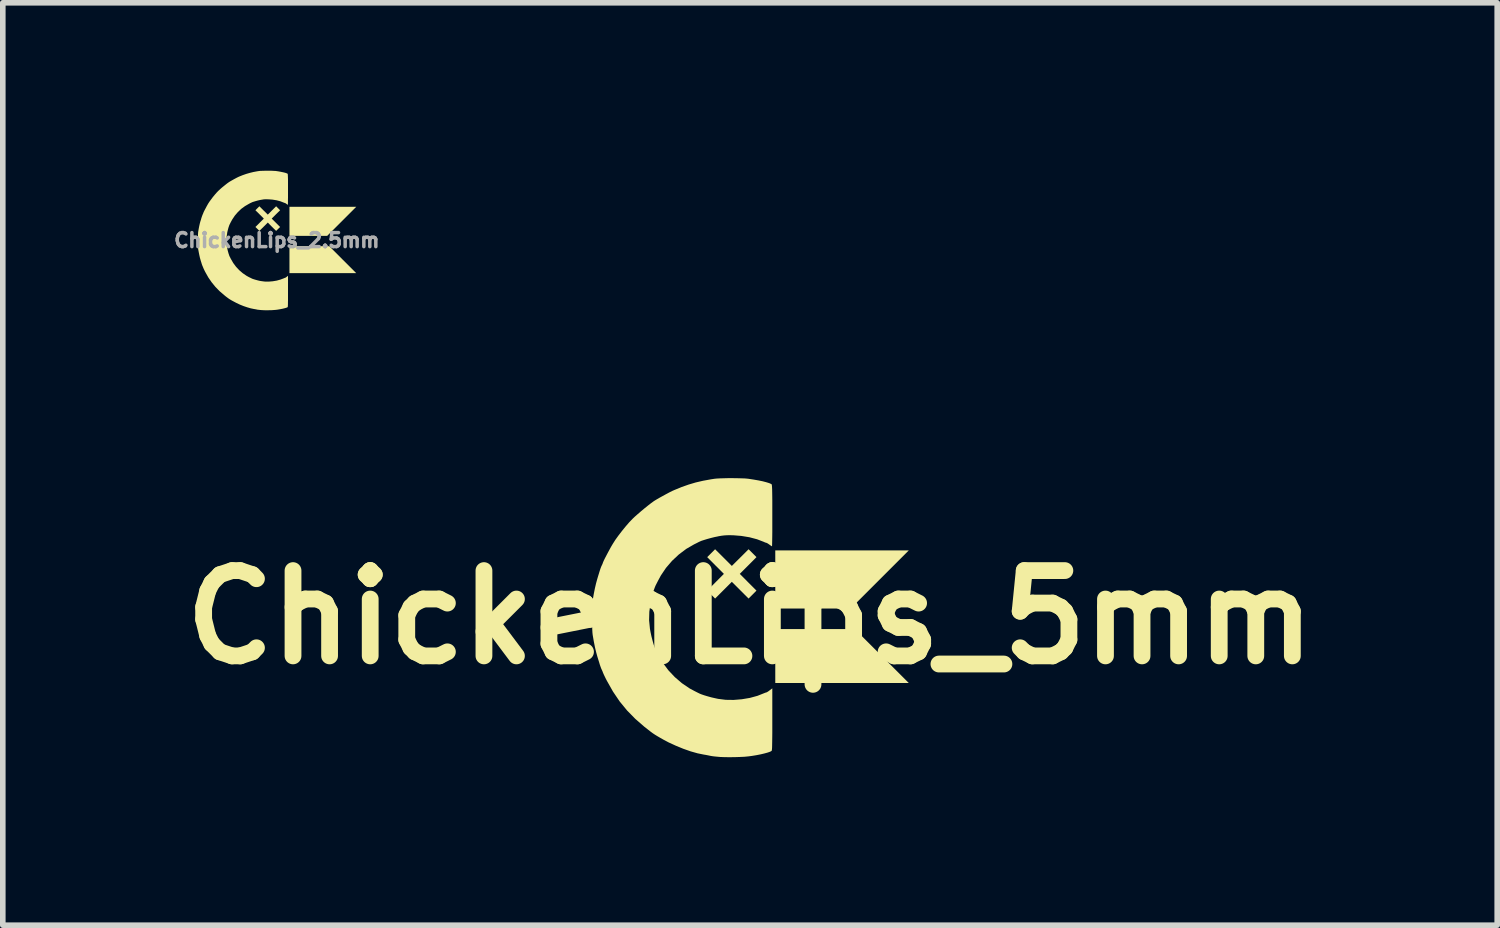
<source format=kicad_pcb>
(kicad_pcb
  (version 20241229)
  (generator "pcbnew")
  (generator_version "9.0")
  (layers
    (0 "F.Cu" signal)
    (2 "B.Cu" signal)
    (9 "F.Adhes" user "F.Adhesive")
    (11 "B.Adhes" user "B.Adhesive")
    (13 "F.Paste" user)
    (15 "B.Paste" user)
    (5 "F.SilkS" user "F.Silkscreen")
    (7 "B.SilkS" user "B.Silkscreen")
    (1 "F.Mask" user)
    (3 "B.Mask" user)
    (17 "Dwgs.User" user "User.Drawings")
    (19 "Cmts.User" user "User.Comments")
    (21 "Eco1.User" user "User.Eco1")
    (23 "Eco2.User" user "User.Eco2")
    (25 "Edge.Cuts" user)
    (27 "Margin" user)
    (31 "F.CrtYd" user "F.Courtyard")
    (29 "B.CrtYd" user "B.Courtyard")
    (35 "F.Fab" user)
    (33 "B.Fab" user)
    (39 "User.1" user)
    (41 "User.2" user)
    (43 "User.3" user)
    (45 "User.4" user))
  (footprint "ChickenLips_2.5mm"
    (layer "F.Cu")
    (at 1.896 1.243)
    (property "Reference" "ChickenLips_2.5mm" (at 0 0 0) (layer "F.Fab") (effects (font (size 0.25 0.25) (thickness 0.3))))
    (attr board_only exclude_from_pos_files exclude_from_bom)
    (fp_poly (pts (xy 1.158 -0.338) (xy 0.899 -0.079) (xy 0.225 -0.079) (xy 0.225 -0.598) (xy 1.418 -0.598)) (stroke (width 0) (type solid)) (fill yes) (layer "F.SilkS"))
    (fp_poly (pts (xy 1.177 0.346) (xy 1.418 0.587) (xy 0.225 0.587) (xy 0.225 0.105) (xy 0.936 0.105)) (stroke (width 0) (type solid)) (fill yes) (layer "F.SilkS"))
    (fp_poly (pts (xy 0.058 -0.537) (xy -0.017 -0.463) (xy -0.092 -0.388) (xy -0.017 -0.313) (xy 0.058 -0.238) (xy -0.013 -0.168) (xy -0.088 -0.242) (xy -0.162 -0.317) (xy -0.237 -0.242) (xy -0.312 -0.168) (xy -0.347 -0.203) (xy -0.383 -0.238) (xy -0.308 -0.313) (xy -0.233 -0.388) (xy -0.308 -0.463) (xy -0.383 -0.537) (xy -0.347 -0.573) (xy -0.312 -0.608) (xy -0.237 -0.533) (xy -0.162 -0.459) (xy -0.088 -0.533) (xy -0.013 -0.608)) (stroke (width 0) (type solid)) (fill yes) (layer "F.SilkS"))
    (fp_poly (pts (xy -0.117 -1.243) (xy -0.081 -1.242) (xy -0.049 -1.24) (xy -0.024 -1.239) (xy -0.016 -1.238) (xy 0.031 -1.231) (xy 0.074 -1.223) (xy 0.113 -1.215) (xy 0.146 -1.207) (xy 0.171 -1.199) (xy 0.189 -1.191) (xy 0.193 -1.188) (xy 0.194 -1.185) (xy 0.195 -1.177) (xy 0.196 -1.163) (xy 0.197 -1.144) (xy 0.198 -1.117) (xy 0.199 -1.083) (xy 0.199 -1.041) (xy 0.199 -0.99) (xy 0.199 -0.929) (xy 0.199 -0.909) (xy 0.199 -0.856) (xy 0.199 -0.807) (xy 0.199 -0.762) (xy 0.198 -0.722) (xy 0.198 -0.689) (xy 0.198 -0.662) (xy 0.197 -0.644) (xy 0.197 -0.635) (xy 0.197 -0.634) (xy 0.191 -0.637) (xy 0.18 -0.644) (xy 0.172 -0.65) (xy 0.159 -0.659) (xy 0.149 -0.665) (xy 0.145 -0.666) (xy 0.138 -0.668) (xy 0.125 -0.673) (xy 0.124 -0.673) (xy 0.063 -0.697) (xy -0.005 -0.715) (xy -0.078 -0.727) (xy -0.146 -0.732) (xy -0.18 -0.733) (xy -0.207 -0.733) (xy -0.231 -0.732) (xy -0.255 -0.728) (xy -0.284 -0.723) (xy -0.285 -0.723) (xy -0.315 -0.717) (xy -0.348 -0.709) (xy -0.38 -0.7) (xy -0.41 -0.691) (xy -0.435 -0.683) (xy -0.45 -0.676) (xy -0.459 -0.672) (xy -0.474 -0.665) (xy -0.492 -0.655) (xy -0.498 -0.652) (xy -0.569 -0.611) (xy -0.636 -0.562) (xy -0.697 -0.504) (xy -0.751 -0.441) (xy -0.797 -0.372) (xy -0.82 -0.33) (xy -0.83 -0.311) (xy -0.838 -0.294) (xy -0.844 -0.283) (xy -0.845 -0.281) (xy -0.852 -0.264) (xy -0.861 -0.238) (xy -0.87 -0.207) (xy -0.879 -0.172) (xy -0.887 -0.137) (xy -0.888 -0.128) (xy -0.9 -0.05) (xy -0.901 0.026) (xy -0.894 0.103) (xy -0.888 0.133) (xy -0.881 0.169) (xy -0.872 0.204) (xy -0.863 0.236) (xy -0.854 0.263) (xy -0.847 0.283) (xy -0.845 0.286) (xy -0.84 0.296) (xy -0.832 0.311) (xy -0.823 0.33) (xy -0.82 0.335) (xy -0.779 0.406) (xy -0.729 0.473) (xy -0.672 0.534) (xy -0.609 0.588) (xy -0.54 0.635) (xy -0.498 0.658) (xy -0.479 0.667) (xy -0.462 0.675) (xy -0.452 0.681) (xy -0.45 0.681) (xy -0.433 0.689) (xy -0.408 0.697) (xy -0.378 0.706) (xy -0.345 0.715) (xy -0.313 0.723) (xy -0.285 0.728) (xy -0.218 0.737) (xy -0.146 0.738) (xy -0.074 0.732) (xy -0.002 0.72) (xy 0.066 0.701) (xy 0.124 0.679) (xy 0.137 0.673) (xy 0.145 0.671) (xy 0.146 0.671) (xy 0.153 0.668) (xy 0.165 0.66) (xy 0.175 0.653) (xy 0.199 0.634) (xy 0.199 0.911) (xy 0.199 0.975) (xy 0.199 1.03) (xy 0.199 1.075) (xy 0.198 1.112) (xy 0.198 1.141) (xy 0.197 1.162) (xy 0.196 1.178) (xy 0.195 1.188) (xy 0.193 1.193) (xy 0.193 1.194) (xy 0.18 1.201) (xy 0.158 1.208) (xy 0.129 1.216) (xy 0.095 1.224) (xy 0.057 1.231) (xy 0.017 1.238) (xy -0.013 1.242) (xy -0.048 1.245) (xy -0.09 1.248) (xy -0.137 1.249) (xy -0.183 1.25) (xy -0.228 1.249) (xy -0.266 1.247) (xy -0.267 1.247) (xy -0.294 1.245) (xy -0.321 1.242) (xy -0.342 1.24) (xy -0.356 1.237) (xy -0.375 1.233) (xy -0.398 1.229) (xy -0.411 1.227) (xy -0.468 1.215) (xy -0.53 1.197) (xy -0.595 1.175) (xy -0.662 1.148) (xy -0.727 1.117) (xy -0.774 1.092) (xy -0.804 1.076) (xy -0.828 1.062) (xy -0.849 1.049) (xy -0.868 1.036) (xy -0.888 1.021) (xy -0.912 1.003) (xy -0.941 0.979) (xy -0.943 0.978) (xy -1.025 0.907) (xy -1.098 0.832) (xy -1.164 0.751) (xy -1.224 0.664) (xy -1.278 0.568) (xy -1.287 0.551) (xy -1.298 0.528) (xy -1.307 0.509) (xy -1.313 0.496) (xy -1.316 0.489) (xy -1.316 0.489) (xy -1.318 0.482) (xy -1.323 0.47) (xy -1.324 0.469) (xy -1.33 0.455) (xy -1.337 0.436) (xy -1.342 0.422) (xy -1.348 0.401) (xy -1.356 0.376) (xy -1.364 0.35) (xy -1.365 0.346) (xy -1.375 0.31) (xy -1.385 0.265) (xy -1.395 0.215) (xy -1.405 0.16) (xy -1.405 0.157) (xy -1.407 0.139) (xy -1.409 0.113) (xy -1.41 0.08) (xy -1.41 0.043) (xy -1.411 0.004) (xy -1.41 -0.035) (xy -1.41 -0.072) (xy -1.409 -0.106) (xy -1.407 -0.132) (xy -1.406 -0.151) (xy -1.405 -0.152) (xy -1.396 -0.207) (xy -1.386 -0.258) (xy -1.376 -0.302) (xy -1.366 -0.339) (xy -1.365 -0.341) (xy -1.357 -0.366) (xy -1.35 -0.392) (xy -1.343 -0.414) (xy -1.342 -0.417) (xy -1.335 -0.436) (xy -1.328 -0.455) (xy -1.324 -0.464) (xy -1.318 -0.476) (xy -1.316 -0.483) (xy -1.316 -0.484) (xy -1.313 -0.491) (xy -1.307 -0.506) (xy -1.297 -0.526) (xy -1.284 -0.551) (xy -1.27 -0.577) (xy -1.256 -0.604) (xy -1.242 -0.629) (xy -1.229 -0.652) (xy -1.226 -0.657) (xy -1.203 -0.692) (xy -1.174 -0.731) (xy -1.143 -0.773) (xy -1.109 -0.814) (xy -1.077 -0.851) (xy -1.049 -0.881) (xy -1.029 -0.899) (xy -1.004 -0.922) (xy -0.975 -0.947) (xy -0.944 -0.972) (xy -0.914 -0.996) (xy -0.886 -1.018) (xy -0.863 -1.034) (xy -0.857 -1.039) (xy -0.837 -1.051) (xy -0.811 -1.066) (xy -0.781 -1.083) (xy -0.75 -1.1) (xy -0.72 -1.116) (xy -0.694 -1.129) (xy -0.677 -1.137) (xy -0.61 -1.164) (xy -0.547 -1.186) (xy -0.485 -1.204) (xy -0.42 -1.22) (xy -0.35 -1.233) (xy -0.317 -1.238) (xy -0.297 -1.24) (xy -0.269 -1.241) (xy -0.235 -1.242) (xy -0.197 -1.243) (xy -0.157 -1.243)) (stroke (width 0) (type solid)) (fill yes) (layer "F.SilkS")))
  (footprint "ChickenLips_5mm"
    (layer "F.Cu")
    (at 10.349 7.978)
    (property "Reference" "ChickenLips_5mm" (at 0 0 0) (layer "F.SilkS") (effects (font (size 1.524 1.524) (thickness 0.3))))
    (attr board_only exclude_from_pos_files exclude_from_bom)
    (fp_poly (pts (xy 1.798 -0.157) (xy 0.451 -0.157) (xy 0.451 -1.195) (xy 2.836 -1.195)) (stroke (width 0) (type solid)) (fill yes) (layer "F.SilkS"))
    (fp_poly (pts (xy 2.836 1.174) (xy 0.451 1.174) (xy 0.451 0.21) (xy 1.871 0.21)) (stroke (width 0) (type solid)) (fill yes) (layer "F.SilkS"))
    (fp_poly (pts (xy 0.115 -1.075) (xy -0.034 -0.925) (xy -0.183 -0.776) (xy -0.034 -0.626) (xy 0.115 -0.477) (xy 0.045 -0.406) (xy -0.026 -0.335) (xy -0.325 -0.634) (xy -0.624 -0.335) (xy -0.695 -0.406) (xy -0.765 -0.477) (xy -0.616 -0.626) (xy -0.467 -0.776) (xy -0.616 -0.925) (xy -0.765 -1.075) (xy -0.624 -1.216) (xy -0.474 -1.067) (xy -0.325 -0.918) (xy -0.175 -1.067) (xy -0.026 -1.216)) (stroke (width 0) (type solid)) (fill yes) (layer "F.SilkS"))
    (fp_poly (pts (xy -0.235 -2.485) (xy -0.161 -2.483) (xy -0.097 -2.481) (xy -0.048 -2.477) (xy -0.031 -2.475) (xy 0.061 -2.461) (xy 0.148 -2.446) (xy 0.226 -2.43) (xy 0.291 -2.413) (xy 0.343 -2.397) (xy 0.377 -2.382) (xy 0.385 -2.377) (xy 0.388 -2.37) (xy 0.391 -2.354) (xy 0.393 -2.326) (xy 0.395 -2.287) (xy 0.396 -2.234) (xy 0.397 -2.166) (xy 0.398 -2.081) (xy 0.398 -1.979) (xy 0.398 -1.858) (xy 0.398 -1.817) (xy 0.398 -1.712) (xy 0.398 -1.614) (xy 0.398 -1.524) (xy 0.397 -1.444) (xy 0.396 -1.377) (xy 0.395 -1.325) (xy 0.394 -1.288) (xy 0.393 -1.27) (xy 0.393 -1.268) (xy 0.382 -1.274) (xy 0.36 -1.288) (xy 0.344 -1.3) (xy 0.318 -1.318) (xy 0.297 -1.329) (xy 0.291 -1.331) (xy 0.275 -1.335) (xy 0.251 -1.345) (xy 0.248 -1.347) (xy 0.126 -1.394) (xy -0.01 -1.43) (xy -0.156 -1.454) (xy -0.292 -1.465) (xy -0.359 -1.467) (xy -0.414 -1.466) (xy -0.462 -1.463) (xy -0.511 -1.457) (xy -0.569 -1.447) (xy -0.57 -1.446) (xy -0.63 -1.434) (xy -0.695 -1.418) (xy -0.761 -1.4) (xy -0.82 -1.382) (xy -0.869 -1.366) (xy -0.901 -1.352) (xy -0.918 -1.344) (xy -0.947 -1.329) (xy -0.985 -1.31) (xy -0.996 -1.305) (xy -1.138 -1.223) (xy -1.271 -1.123) (xy -1.393 -1.009) (xy -1.502 -0.882) (xy -1.594 -0.745) (xy -1.64 -0.66) (xy -1.66 -0.621) (xy -1.677 -0.588) (xy -1.688 -0.566) (xy -1.69 -0.562) (xy -1.704 -0.527) (xy -1.722 -0.477) (xy -1.74 -0.414) (xy -1.757 -0.345) (xy -1.773 -0.273) (xy -1.777 -0.255) (xy -1.799 -0.1) (xy -1.803 0.052) (xy -1.788 0.206) (xy -1.777 0.266) (xy -1.762 0.337) (xy -1.744 0.407) (xy -1.726 0.472) (xy -1.709 0.526) (xy -1.693 0.566) (xy -1.69 0.573) (xy -1.68 0.591) (xy -1.665 0.622) (xy -1.646 0.66) (xy -1.64 0.671) (xy -1.558 0.813) (xy -1.459 0.946) (xy -1.344 1.068) (xy -1.217 1.177) (xy -1.08 1.27) (xy -0.996 1.315) (xy -0.957 1.335) (xy -0.925 1.351) (xy -0.904 1.361) (xy -0.901 1.363) (xy -0.866 1.377) (xy -0.816 1.394) (xy -0.756 1.412) (xy -0.691 1.43) (xy -0.625 1.445) (xy -0.57 1.457) (xy -0.435 1.474) (xy -0.293 1.476) (xy -0.147 1.464) (xy -0.004 1.44) (xy 0.132 1.403) (xy 0.248 1.357) (xy 0.273 1.347) (xy 0.291 1.342) (xy 0.292 1.342) (xy 0.305 1.336) (xy 0.329 1.321) (xy 0.35 1.305) (xy 0.398 1.269) (xy 0.398 1.823) (xy 0.398 1.951) (xy 0.398 2.059) (xy 0.397 2.15) (xy 0.396 2.223) (xy 0.395 2.281) (xy 0.394 2.325) (xy 0.392 2.356) (xy 0.389 2.376) (xy 0.386 2.386) (xy 0.385 2.387) (xy 0.359 2.401) (xy 0.316 2.416) (xy 0.258 2.432) (xy 0.19 2.448) (xy 0.114 2.463) (xy 0.035 2.476) (xy -0.026 2.484) (xy -0.096 2.491) (xy -0.181 2.495) (xy -0.273 2.498) (xy -0.367 2.499) (xy -0.455 2.498) (xy -0.533 2.495) (xy -0.534 2.495) (xy -0.589 2.49) (xy -0.641 2.485) (xy -0.685 2.479) (xy -0.712 2.474) (xy -0.75 2.466) (xy -0.797 2.457) (xy -0.823 2.453) (xy -0.936 2.43) (xy -1.06 2.395) (xy -1.191 2.349) (xy -1.323 2.295) (xy -1.454 2.235) (xy -1.548 2.185) (xy -1.608 2.151) (xy -1.656 2.123) (xy -1.697 2.098) (xy -1.736 2.072) (xy -1.777 2.042) (xy -1.824 2.005) (xy -1.883 1.959) (xy -1.887 1.956) (xy -2.05 1.814) (xy -2.197 1.664) (xy -2.329 1.503) (xy -2.448 1.327) (xy -2.556 1.136) (xy -2.574 1.102) (xy -2.596 1.057) (xy -2.614 1.019) (xy -2.626 0.991) (xy -2.631 0.978) (xy -2.631 0.978) (xy -2.636 0.964) (xy -2.647 0.94) (xy -2.648 0.938) (xy -2.66 0.911) (xy -2.674 0.873) (xy -2.684 0.844) (xy -2.696 0.803) (xy -2.712 0.752) (xy -2.728 0.7) (xy -2.73 0.692) (xy -2.75 0.62) (xy -2.771 0.531) (xy -2.791 0.43) (xy -2.81 0.32) (xy -2.811 0.314) (xy -2.815 0.278) (xy -2.818 0.226) (xy -2.82 0.16) (xy -2.821 0.086) (xy -2.821 0.008) (xy -2.821 -0.071) (xy -2.82 -0.145) (xy -2.818 -0.211) (xy -2.815 -0.265) (xy -2.811 -0.302) (xy -2.811 -0.304) (xy -2.792 -0.414) (xy -2.772 -0.515) (xy -2.751 -0.605) (xy -2.731 -0.678) (xy -2.73 -0.681) (xy -2.715 -0.732) (xy -2.699 -0.784) (xy -2.686 -0.827) (xy -2.684 -0.833) (xy -2.671 -0.873) (xy -2.657 -0.909) (xy -2.648 -0.928) (xy -2.637 -0.951) (xy -2.631 -0.967) (xy -2.631 -0.968) (xy -2.626 -0.982) (xy -2.613 -1.012) (xy -2.593 -1.053) (xy -2.568 -1.101) (xy -2.54 -1.154) (xy -2.511 -1.208) (xy -2.483 -1.259) (xy -2.457 -1.303) (xy -2.451 -1.313) (xy -2.406 -1.384) (xy -2.349 -1.463) (xy -2.285 -1.546) (xy -2.219 -1.627) (xy -2.154 -1.702) (xy -2.097 -1.761) (xy -2.058 -1.798) (xy -2.007 -1.843) (xy -1.949 -1.893) (xy -1.888 -1.944) (xy -1.827 -1.993) (xy -1.772 -2.036) (xy -1.727 -2.069) (xy -1.714 -2.078) (xy -1.675 -2.102) (xy -1.622 -2.133) (xy -1.562 -2.166) (xy -1.5 -2.2) (xy -1.44 -2.232) (xy -1.388 -2.258) (xy -1.354 -2.273) (xy -1.22 -2.328) (xy -1.095 -2.372) (xy -0.97 -2.409) (xy -0.841 -2.439) (xy -0.699 -2.465) (xy -0.634 -2.475) (xy -0.594 -2.479) (xy -0.538 -2.482) (xy -0.469 -2.484) (xy -0.393 -2.486) (xy -0.313 -2.486)) (stroke (width 0) (type solid)) (fill yes) (layer "F.SilkS")))
  (gr_rect
    (start -3 -3)
    (end 23.697 13.478)
    (stroke (width 0.1) (type default))
    (fill no)
    (layer "Edge.Cuts")))
</source>
